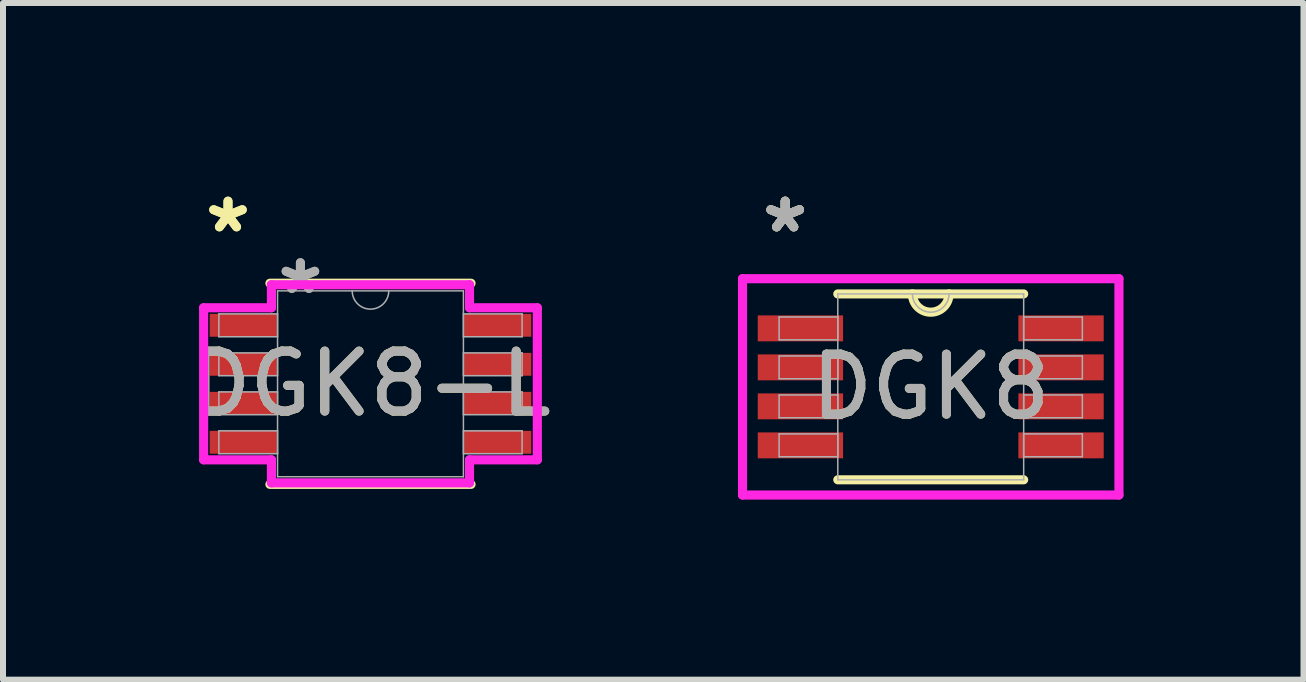
<source format=kicad_pcb>
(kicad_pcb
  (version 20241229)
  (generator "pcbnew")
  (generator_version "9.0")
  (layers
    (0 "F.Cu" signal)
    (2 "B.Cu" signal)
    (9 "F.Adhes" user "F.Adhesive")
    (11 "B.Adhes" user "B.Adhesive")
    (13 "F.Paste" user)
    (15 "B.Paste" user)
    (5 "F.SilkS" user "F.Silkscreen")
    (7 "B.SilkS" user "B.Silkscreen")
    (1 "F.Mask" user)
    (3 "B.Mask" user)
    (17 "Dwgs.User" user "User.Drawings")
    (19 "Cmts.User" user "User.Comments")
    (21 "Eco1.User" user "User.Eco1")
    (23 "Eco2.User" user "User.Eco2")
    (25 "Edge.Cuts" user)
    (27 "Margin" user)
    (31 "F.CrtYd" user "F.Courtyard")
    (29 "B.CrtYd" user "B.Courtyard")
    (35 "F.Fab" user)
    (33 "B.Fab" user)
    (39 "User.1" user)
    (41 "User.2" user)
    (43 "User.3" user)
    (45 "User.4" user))
  (footprint "DGK8-L"
    (layer "F.Cu")
    (at 3.125 3.347)
    (property "Reference" "DGK8-L" (at 0 0 0) (unlocked yes) (layer "F.SilkS") (effects (font (size 1 1) (thickness 0.15))))
    (attr smd)
    (fp_line (start -1.676 1.676) (end 1.676 1.676) (stroke (width 0.152) (type solid)) (layer "F.SilkS"))
    (fp_line (start 1.676 -1.676) (end -1.676 -1.676) (stroke (width 0.152) (type solid)) (layer "F.SilkS"))
    (fp_line (start -2.781 -1.267) (end -1.651 -1.267) (stroke (width 0.152) (type solid)) (layer "F.CrtYd"))
    (fp_line (start -2.781 1.267) (end -2.781 -1.267) (stroke (width 0.152) (type solid)) (layer "F.CrtYd"))
    (fp_line (start -2.781 1.267) (end -1.651 1.267) (stroke (width 0.152) (type solid)) (layer "F.CrtYd"))
    (fp_line (start -1.651 -1.651) (end 1.651 -1.651) (stroke (width 0.152) (type solid)) (layer "F.CrtYd"))
    (fp_line (start -1.651 -1.267) (end -1.651 -1.651) (stroke (width 0.152) (type solid)) (layer "F.CrtYd"))
    (fp_line (start -1.651 1.651) (end -1.651 1.267) (stroke (width 0.152) (type solid)) (layer "F.CrtYd"))
    (fp_line (start 1.651 -1.651) (end 1.651 -1.267) (stroke (width 0.152) (type solid)) (layer "F.CrtYd"))
    (fp_line (start 1.651 1.267) (end 1.651 1.651) (stroke (width 0.152) (type solid)) (layer "F.CrtYd"))
    (fp_line (start 1.651 1.651) (end -1.651 1.651) (stroke (width 0.152) (type solid)) (layer "F.CrtYd"))
    (fp_line (start 2.781 -1.267) (end 1.651 -1.267) (stroke (width 0.152) (type solid)) (layer "F.CrtYd"))
    (fp_line (start 2.781 -1.267) (end 2.781 1.267) (stroke (width 0.152) (type solid)) (layer "F.CrtYd"))
    (fp_line (start 2.781 1.267) (end 1.651 1.267) (stroke (width 0.152) (type solid)) (layer "F.CrtYd"))
    (fp_line (start -2.527 -1.165) (end -2.527 -0.784) (stroke (width 0.025) (type solid)) (layer "F.Fab"))
    (fp_line (start -2.527 -0.784) (end -1.549 -0.784) (stroke (width 0.025) (type solid)) (layer "F.Fab"))
    (fp_line (start -2.527 -0.515) (end -2.527 -0.135) (stroke (width 0.025) (type solid)) (layer "F.Fab"))
    (fp_line (start -2.527 -0.135) (end -1.549 -0.135) (stroke (width 0.025) (type solid)) (layer "F.Fab"))
    (fp_line (start -2.527 0.135) (end -2.527 0.515) (stroke (width 0.025) (type solid)) (layer "F.Fab"))
    (fp_line (start -2.527 0.515) (end -1.549 0.515) (stroke (width 0.025) (type solid)) (layer "F.Fab"))
    (fp_line (start -2.527 0.784) (end -2.527 1.165) (stroke (width 0.025) (type solid)) (layer "F.Fab"))
    (fp_line (start -2.527 1.165) (end -1.549 1.165) (stroke (width 0.025) (type solid)) (layer "F.Fab"))
    (fp_line (start -1.549 -1.549) (end -1.549 1.549) (stroke (width 0.025) (type solid)) (layer "F.Fab"))
    (fp_line (start -1.549 -1.165) (end -2.527 -1.165) (stroke (width 0.025) (type solid)) (layer "F.Fab"))
    (fp_line (start -1.549 -0.784) (end -1.549 -1.165) (stroke (width 0.025) (type solid)) (layer "F.Fab"))
    (fp_line (start -1.549 -0.515) (end -2.527 -0.515) (stroke (width 0.025) (type solid)) (layer "F.Fab"))
    (fp_line (start -1.549 -0.135) (end -1.549 -0.515) (stroke (width 0.025) (type solid)) (layer "F.Fab"))
    (fp_line (start -1.549 0.135) (end -2.527 0.135) (stroke (width 0.025) (type solid)) (layer "F.Fab"))
    (fp_line (start -1.549 0.515) (end -1.549 0.135) (stroke (width 0.025) (type solid)) (layer "F.Fab"))
    (fp_line (start -1.549 0.784) (end -2.527 0.784) (stroke (width 0.025) (type solid)) (layer "F.Fab"))
    (fp_line (start -1.549 1.165) (end -1.549 0.784) (stroke (width 0.025) (type solid)) (layer "F.Fab"))
    (fp_line (start -1.549 1.549) (end 1.549 1.549) (stroke (width 0.025) (type solid)) (layer "F.Fab"))
    (fp_line (start 1.549 -1.549) (end -1.549 -1.549) (stroke (width 0.025) (type solid)) (layer "F.Fab"))
    (fp_line (start 1.549 -1.165) (end 1.549 -0.784) (stroke (width 0.025) (type solid)) (layer "F.Fab"))
    (fp_line (start 1.549 -0.784) (end 2.527 -0.784) (stroke (width 0.025) (type solid)) (layer "F.Fab"))
    (fp_line (start 1.549 -0.515) (end 1.549 -0.135) (stroke (width 0.025) (type solid)) (layer "F.Fab"))
    (fp_line (start 1.549 -0.135) (end 2.527 -0.135) (stroke (width 0.025) (type solid)) (layer "F.Fab"))
    (fp_line (start 1.549 0.135) (end 1.549 0.515) (stroke (width 0.025) (type solid)) (layer "F.Fab"))
    (fp_line (start 1.549 0.515) (end 2.527 0.515) (stroke (width 0.025) (type solid)) (layer "F.Fab"))
    (fp_line (start 1.549 0.784) (end 1.549 1.165) (stroke (width 0.025) (type solid)) (layer "F.Fab"))
    (fp_line (start 1.549 1.165) (end 2.527 1.165) (stroke (width 0.025) (type solid)) (layer "F.Fab"))
    (fp_line (start 1.549 1.549) (end 1.549 -1.549) (stroke (width 0.025) (type solid)) (layer "F.Fab"))
    (fp_line (start 2.527 -1.165) (end 1.549 -1.165) (stroke (width 0.025) (type solid)) (layer "F.Fab"))
    (fp_line (start 2.527 -0.784) (end 2.527 -1.165) (stroke (width 0.025) (type solid)) (layer "F.Fab"))
    (fp_line (start 2.527 -0.515) (end 1.549 -0.515) (stroke (width 0.025) (type solid)) (layer "F.Fab"))
    (fp_line (start 2.527 -0.135) (end 2.527 -0.515) (stroke (width 0.025) (type solid)) (layer "F.Fab"))
    (fp_line (start 2.527 0.135) (end 1.549 0.135) (stroke (width 0.025) (type solid)) (layer "F.Fab"))
    (fp_line (start 2.527 0.515) (end 2.527 0.135) (stroke (width 0.025) (type solid)) (layer "F.Fab"))
    (fp_line (start 2.527 0.784) (end 1.549 0.784) (stroke (width 0.025) (type solid)) (layer "F.Fab"))
    (fp_line (start 2.527 1.165) (end 2.527 0.784) (stroke (width 0.025) (type solid)) (layer "F.Fab"))
    (fp_arc (start 0.3048 -1.5494) (mid 0 -1.2446) (end -0.3048 -1.5494) (stroke (width 0.0254) (type solid)) (layer "F.Fab"))
    (fp_text user "*" (at -2.375 -2.499 0) (unlocked yes) (layer "F.SilkS") (effects (font (size 1 1) (thickness 0.15))))
    (fp_text user "*" (at -2.375 -2.499 0) (layer "F.SilkS") (effects (font (size 1 1) (thickness 0.15))))
    (fp_text user "${REFERENCE}" (at 0 0 0) (unlocked yes) (layer "F.Fab") (effects (font (size 1 1) (thickness 0.15))))
    (fp_text user "*" (at -1.168 -1.473 0) (layer "F.Fab") (effects (font (size 1 1) (thickness 0.15))))
    (fp_text user "*" (at -1.168 -1.473 0) (unlocked yes) (layer "F.Fab") (effects (font (size 1 1) (thickness 0.15))))
    (pad "1" smd rect (at -2.121 -0.975) (size 1.118 0.381) (layers "F.Cu" "F.Mask" "F.Paste"))
    (pad "2" smd rect (at -2.121 -0.325) (size 1.118 0.381) (layers "F.Cu" "F.Mask" "F.Paste"))
    (pad "3" smd rect (at -2.121 0.325) (size 1.118 0.381) (layers "F.Cu" "F.Mask" "F.Paste"))
    (pad "4" smd rect (at -2.121 0.975) (size 1.118 0.381) (layers "F.Cu" "F.Mask" "F.Paste"))
    (pad "5" smd rect (at 2.121 0.975) (size 1.118 0.381) (layers "F.Cu" "F.Mask" "F.Paste"))
    (pad "6" smd rect (at 2.121 0.325) (size 1.118 0.381) (layers "F.Cu" "F.Mask" "F.Paste"))
    (pad "7" smd rect (at 2.121 -0.325) (size 1.118 0.381) (layers "F.Cu" "F.Mask" "F.Paste"))
    (pad "8" smd rect (at 2.121 -0.975) (size 1.118 0.381) (layers "F.Cu" "F.Mask" "F.Paste")))
  (footprint "DGK8"
    (layer "F.Cu")
    (at 12.463 3.398)
    (property "Reference" "DGK8" (at 0 0 0) (unlocked yes) (layer "F.SilkS") (effects (font (size 1 1) (thickness 0.15))))
    (attr smd)
    (fp_line (start -1.549 1.549) (end 1.549 1.549) (stroke (width 0.152) (type solid)) (layer "F.SilkS"))
    (fp_line (start 1.549 -1.549) (end -1.549 -1.549) (stroke (width 0.152) (type solid)) (layer "F.SilkS"))
    (fp_arc (start 0.3048 -1.5494) (mid 0 -1.2446) (end -0.3048 -1.5494) (stroke (width 0.1524) (type solid)) (layer "F.SilkS"))
    (fp_line (start -3.137 -1.803) (end 3.137 -1.803) (stroke (width 0.152) (type solid)) (layer "F.CrtYd"))
    (fp_line (start -3.137 1.803) (end -3.137 -1.803) (stroke (width 0.152) (type solid)) (layer "F.CrtYd"))
    (fp_line (start 3.137 -1.803) (end 3.137 1.803) (stroke (width 0.152) (type solid)) (layer "F.CrtYd"))
    (fp_line (start 3.137 1.803) (end -3.137 1.803) (stroke (width 0.152) (type solid)) (layer "F.CrtYd"))
    (fp_line (start -2.527 -1.165) (end -2.527 -0.784) (stroke (width 0.025) (type solid)) (layer "F.Fab"))
    (fp_line (start -2.527 -0.784) (end -1.549 -0.784) (stroke (width 0.025) (type solid)) (layer "F.Fab"))
    (fp_line (start -2.527 -0.515) (end -2.527 -0.135) (stroke (width 0.025) (type solid)) (layer "F.Fab"))
    (fp_line (start -2.527 -0.135) (end -1.549 -0.135) (stroke (width 0.025) (type solid)) (layer "F.Fab"))
    (fp_line (start -2.527 0.135) (end -2.527 0.515) (stroke (width 0.025) (type solid)) (layer "F.Fab"))
    (fp_line (start -2.527 0.515) (end -1.549 0.515) (stroke (width 0.025) (type solid)) (layer "F.Fab"))
    (fp_line (start -2.527 0.784) (end -2.527 1.165) (stroke (width 0.025) (type solid)) (layer "F.Fab"))
    (fp_line (start -2.527 1.165) (end -1.549 1.165) (stroke (width 0.025) (type solid)) (layer "F.Fab"))
    (fp_line (start -1.549 -1.549) (end -1.549 1.549) (stroke (width 0.025) (type solid)) (layer "F.Fab"))
    (fp_line (start -1.549 -1.165) (end -2.527 -1.165) (stroke (width 0.025) (type solid)) (layer "F.Fab"))
    (fp_line (start -1.549 -0.784) (end -1.549 -1.165) (stroke (width 0.025) (type solid)) (layer "F.Fab"))
    (fp_line (start -1.549 -0.515) (end -2.527 -0.515) (stroke (width 0.025) (type solid)) (layer "F.Fab"))
    (fp_line (start -1.549 -0.135) (end -1.549 -0.515) (stroke (width 0.025) (type solid)) (layer "F.Fab"))
    (fp_line (start -1.549 0.135) (end -2.527 0.135) (stroke (width 0.025) (type solid)) (layer "F.Fab"))
    (fp_line (start -1.549 0.515) (end -1.549 0.135) (stroke (width 0.025) (type solid)) (layer "F.Fab"))
    (fp_line (start -1.549 0.784) (end -2.527 0.784) (stroke (width 0.025) (type solid)) (layer "F.Fab"))
    (fp_line (start -1.549 1.165) (end -1.549 0.784) (stroke (width 0.025) (type solid)) (layer "F.Fab"))
    (fp_line (start -1.549 1.549) (end 1.549 1.549) (stroke (width 0.025) (type solid)) (layer "F.Fab"))
    (fp_line (start 1.549 -1.549) (end -1.549 -1.549) (stroke (width 0.025) (type solid)) (layer "F.Fab"))
    (fp_line (start 1.549 -1.165) (end 1.549 -0.784) (stroke (width 0.025) (type solid)) (layer "F.Fab"))
    (fp_line (start 1.549 -0.784) (end 2.527 -0.784) (stroke (width 0.025) (type solid)) (layer "F.Fab"))
    (fp_line (start 1.549 -0.515) (end 1.549 -0.135) (stroke (width 0.025) (type solid)) (layer "F.Fab"))
    (fp_line (start 1.549 -0.135) (end 2.527 -0.135) (stroke (width 0.025) (type solid)) (layer "F.Fab"))
    (fp_line (start 1.549 0.135) (end 1.549 0.515) (stroke (width 0.025) (type solid)) (layer "F.Fab"))
    (fp_line (start 1.549 0.515) (end 2.527 0.515) (stroke (width 0.025) (type solid)) (layer "F.Fab"))
    (fp_line (start 1.549 0.784) (end 1.549 1.165) (stroke (width 0.025) (type solid)) (layer "F.Fab"))
    (fp_line (start 1.549 1.165) (end 2.527 1.165) (stroke (width 0.025) (type solid)) (layer "F.Fab"))
    (fp_line (start 1.549 1.549) (end 1.549 -1.549) (stroke (width 0.025) (type solid)) (layer "F.Fab"))
    (fp_line (start 2.527 -1.165) (end 1.549 -1.165) (stroke (width 0.025) (type solid)) (layer "F.Fab"))
    (fp_line (start 2.527 -0.784) (end 2.527 -1.165) (stroke (width 0.025) (type solid)) (layer "F.Fab"))
    (fp_line (start 2.527 -0.515) (end 1.549 -0.515) (stroke (width 0.025) (type solid)) (layer "F.Fab"))
    (fp_line (start 2.527 -0.135) (end 2.527 -0.515) (stroke (width 0.025) (type solid)) (layer "F.Fab"))
    (fp_line (start 2.527 0.135) (end 1.549 0.135) (stroke (width 0.025) (type solid)) (layer "F.Fab"))
    (fp_line (start 2.527 0.515) (end 2.527 0.135) (stroke (width 0.025) (type solid)) (layer "F.Fab"))
    (fp_line (start 2.527 0.784) (end 1.549 0.784) (stroke (width 0.025) (type solid)) (layer "F.Fab"))
    (fp_line (start 2.527 1.165) (end 2.527 0.784) (stroke (width 0.025) (type solid)) (layer "F.Fab"))
    (fp_arc (start 0.3048 -1.5494) (mid 0 -1.2446) (end -0.3048 -1.5494) (stroke (width 0.0254) (type solid)) (layer "F.Fab"))
    (fp_text user "*" (at -2.426 -2.55 0) (layer "F.SilkS") (effects (font (size 1 1) (thickness 0.15))))
    (fp_text user "*" (at -2.426 -2.55 0) (unlocked yes) (layer "F.SilkS") (effects (font (size 1 1) (thickness 0.15))))
    (fp_text user "${REFERENCE}" (at 0 0 0) (unlocked yes) (layer "F.Fab") (effects (font (size 1 1) (thickness 0.15))))
    (fp_text user "*" (at -2.426 -2.55 0) (layer "F.Fab") (effects (font (size 1 1) (thickness 0.15))))
    (fp_text user "*" (at -2.426 -2.55 0) (unlocked yes) (layer "F.Fab") (effects (font (size 1 1) (thickness 0.15))))
    (pad "1" smd rect (at -2.172 -0.975) (size 1.422 0.432) (layers "F.Cu" "F.Mask" "F.Paste"))
    (pad "2" smd rect (at -2.172 -0.325) (size 1.422 0.432) (layers "F.Cu" "F.Mask" "F.Paste"))
    (pad "3" smd rect (at -2.172 0.325) (size 1.422 0.432) (layers "F.Cu" "F.Mask" "F.Paste"))
    (pad "4" smd rect (at -2.172 0.975) (size 1.422 0.432) (layers "F.Cu" "F.Mask" "F.Paste"))
    (pad "5" smd rect (at 2.172 0.975) (size 1.422 0.432) (layers "F.Cu" "F.Mask" "F.Paste"))
    (pad "6" smd rect (at 2.172 0.325) (size 1.422 0.432) (layers "F.Cu" "F.Mask" "F.Paste"))
    (pad "7" smd rect (at 2.172 -0.325) (size 1.422 0.432) (layers "F.Cu" "F.Mask" "F.Paste"))
    (pad "8" smd rect (at 2.172 -0.975) (size 1.422 0.432) (layers "F.Cu" "F.Mask" "F.Paste")))
  (gr_rect
    (start -3 -3)
    (end 18.676 8.278)
    (stroke (width 0.1) (type default))
    (fill no)
    (layer "Edge.Cuts")))
</source>
